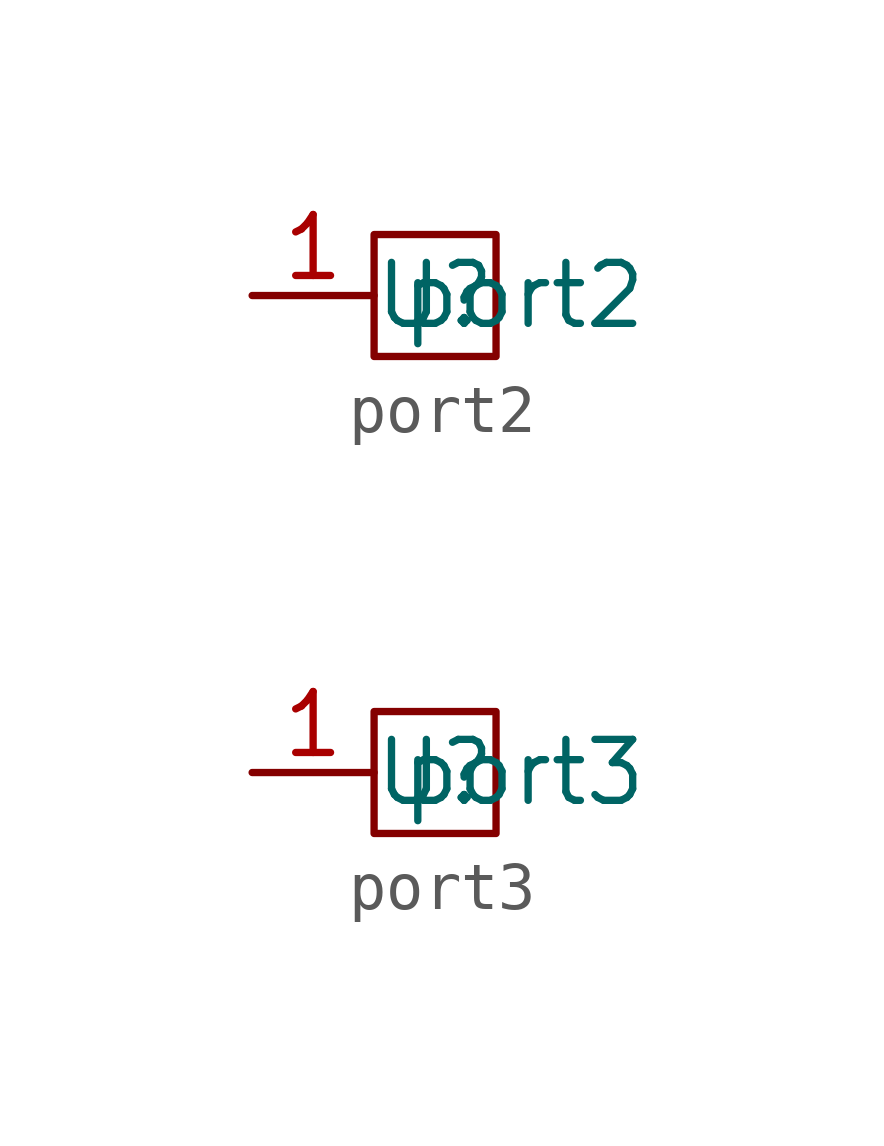
<source format=kicad_sym>
(kicad_symbol_lib
  (version 20241209)
  (generator "kicad_symbol_editor")
  (generator_version "9.0")
  (symbol "port2"
    (property "Reference" "U"
      (at 0 0 0)
      (effects (font (size 1.27 1.27))))
    (property "Value" ""
      (at 0 0 0)
      (effects (font (size 1.27 1.27))))
    (symbol "port2_0_1"
      (rectangle (start -1.27 1.27) (end 1.27 -1.27) (stroke (width 0) (type default)) (fill (type none))))
    (symbol "port2_1_1"
      (pin output line (at -3.81 0 0) (length 2.54) (name "port2" (effects (font (size 1.27 1.27)))) (number "1" (effects (font (size 1.27 1.27)))))))
  (symbol "port3"
    (property "Reference" "U"
      (at 0 0 0)
      (effects (font (size 1.27 1.27))))
    (property "Value" ""
      (at 0 0 0)
      (effects (font (size 1.27 1.27))))
    (symbol "port3_0_1"
      (rectangle (start -1.27 1.27) (end 1.27 -1.27) (stroke (width 0) (type default)) (fill (type none))))
    (symbol "port3_1_1"
      (pin output line (at -3.81 0 0) (length 2.54) (name "port3" (effects (font (size 1.27 1.27)))) (number "1" (effects (font (size 1.27 1.27))))))))
</source>
